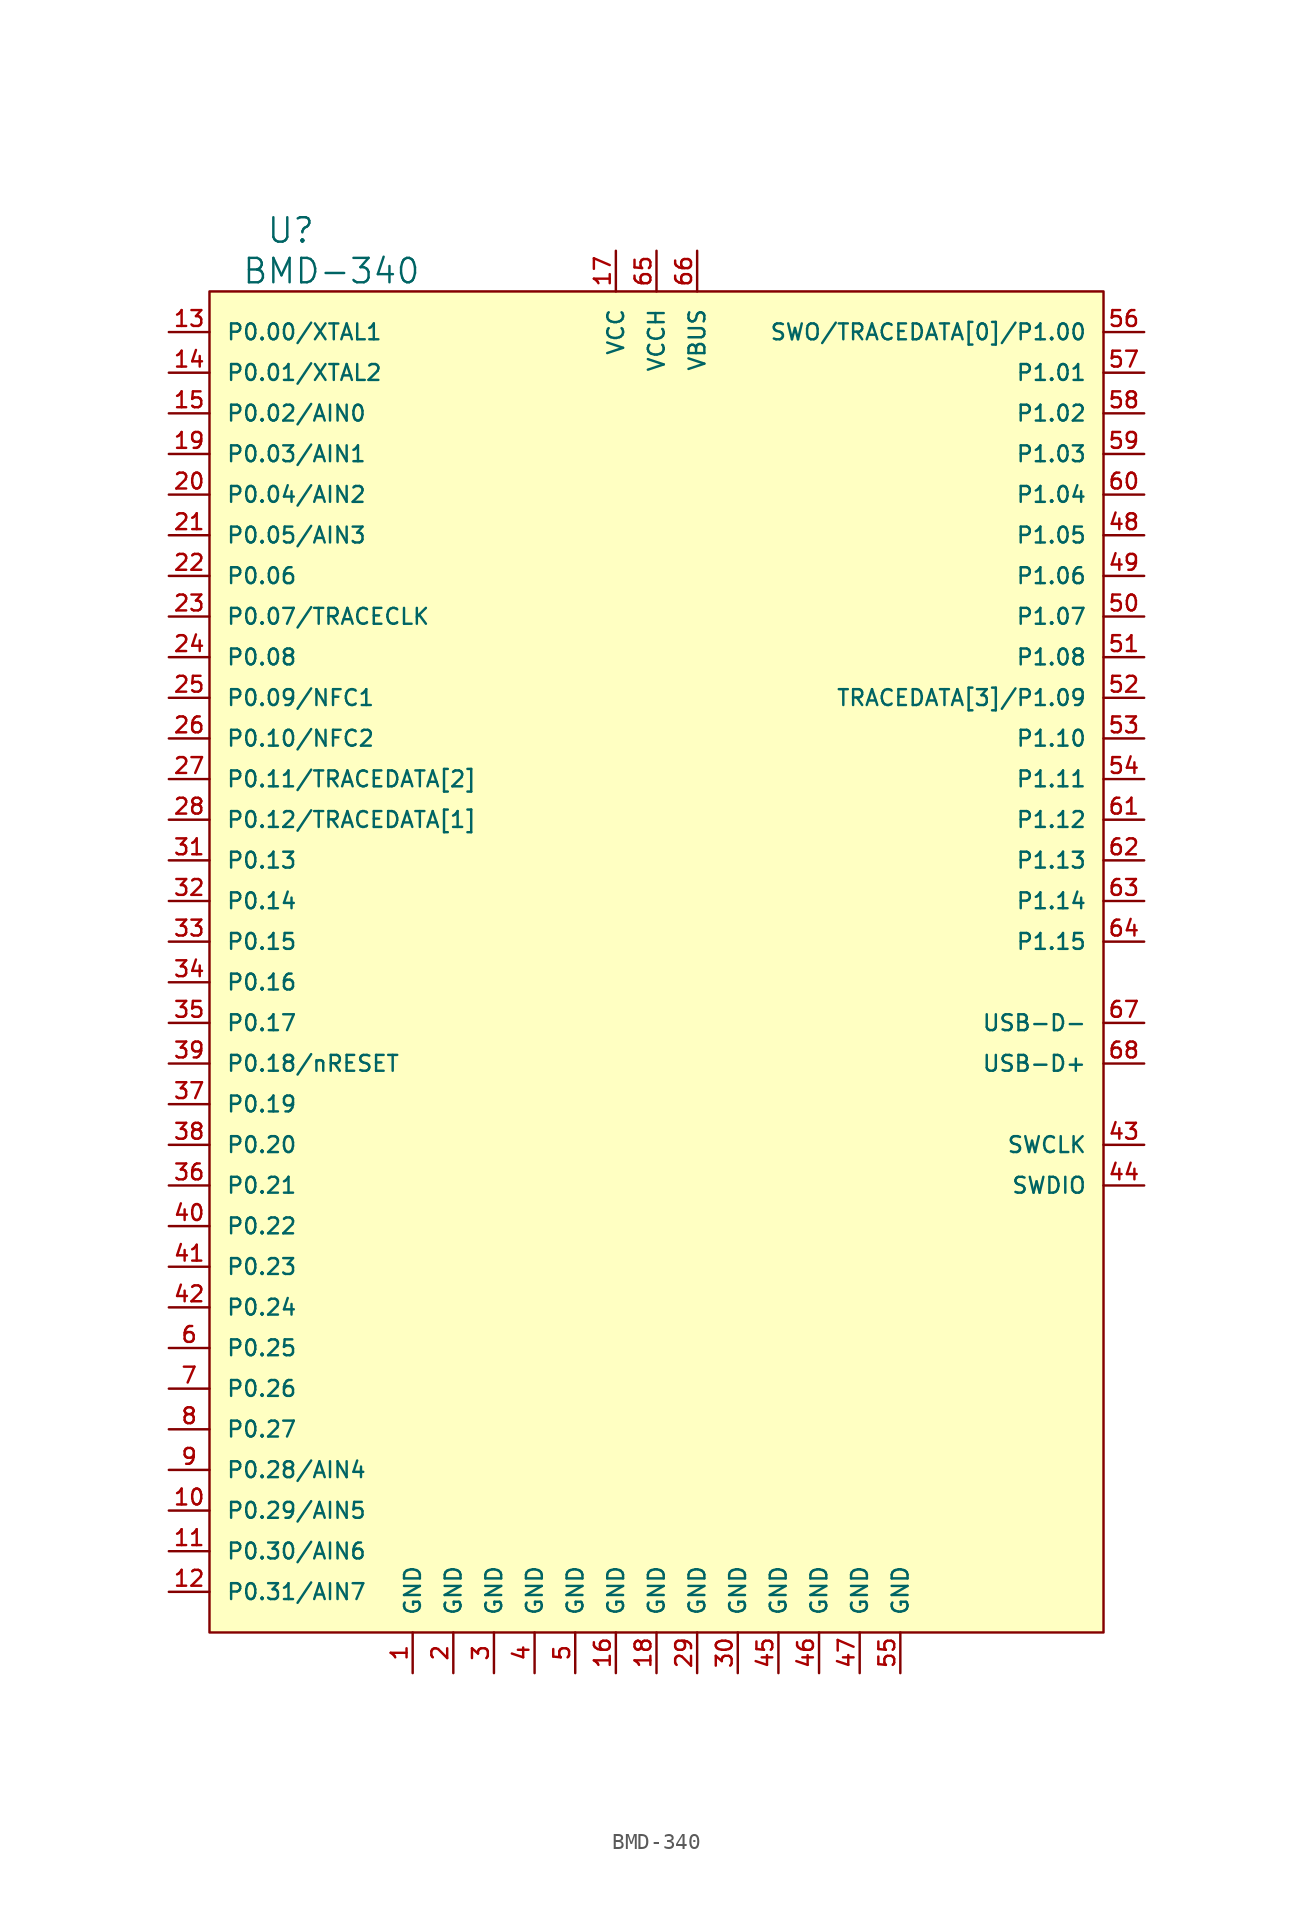
<source format=kicad_sym>
(kicad_symbol_lib
  (version 20211014)
  (generator kicad_symbol_editor)
  (symbol "BMD-340"
    (pin_names
      (offset 1.016))
    (property "Reference" "U"
      (at -22.86 46.99 0)
      (effects (font (size 1.524 1.524))))
    (property "Value" "BMD-340"
      (at -20.32 44.45 0)
      (effects (font (size 1.524 1.524))))
    (symbol "BMD-340_0_1"
      (rectangle (start -27.94 43.18) (end 27.94 -40.64) (stroke (width 0) (type default) (color 0 0 0 0)) (fill (type background))))
    (symbol "BMD-340_1_1"
      (pin power_in line (at -15.24 -43.18 90) (length 2.54) (name "GND" (effects (font (size 0.991 0.991)))) (number "1" (effects (font (size 0.991 0.991)))))
      (pin bidirectional line (at -30.48 -33.02 0) (length 2.54) (name "P0.29/AIN5" (effects (font (size 0.991 0.991)))) (number "10" (effects (font (size 0.991 0.991)))))
      (pin bidirectional line (at -30.48 -35.56 0) (length 2.54) (name "P0.30/AIN6" (effects (font (size 0.991 0.991)))) (number "11" (effects (font (size 0.991 0.991)))))
      (pin bidirectional line (at -30.48 -38.1 0) (length 2.54) (name "P0.31/AIN7" (effects (font (size 0.991 0.991)))) (number "12" (effects (font (size 0.991 0.991)))))
      (pin bidirectional line (at -30.48 40.64 0) (length 2.54) (name "P0.00/XTAL1" (effects (font (size 0.991 0.991)))) (number "13" (effects (font (size 0.991 0.991)))))
      (pin bidirectional line (at -30.48 38.1 0) (length 2.54) (name "P0.01/XTAL2" (effects (font (size 0.991 0.991)))) (number "14" (effects (font (size 0.991 0.991)))))
      (pin bidirectional line (at -30.48 35.56 0) (length 2.54) (name "P0.02/AIN0" (effects (font (size 0.991 0.991)))) (number "15" (effects (font (size 0.991 0.991)))))
      (pin power_in line (at -2.54 -43.18 90) (length 2.54) (name "GND" (effects (font (size 0.991 0.991)))) (number "16" (effects (font (size 0.991 0.991)))))
      (pin power_in line (at -2.54 45.72 270) (length 2.54) (name "VCC" (effects (font (size 0.991 0.991)))) (number "17" (effects (font (size 0.991 0.991)))))
      (pin power_in line (at 0 -43.18 90) (length 2.54) (name "GND" (effects (font (size 0.991 0.991)))) (number "18" (effects (font (size 0.991 0.991)))))
      (pin bidirectional line (at -30.48 33.02 0) (length 2.54) (name "P0.03/AIN1" (effects (font (size 0.991 0.991)))) (number "19" (effects (font (size 0.991 0.991)))))
      (pin power_in line (at -12.7 -43.18 90) (length 2.54) (name "GND" (effects (font (size 0.991 0.991)))) (number "2" (effects (font (size 0.991 0.991)))))
      (pin bidirectional line (at -30.48 30.48 0) (length 2.54) (name "P0.04/AIN2" (effects (font (size 0.991 0.991)))) (number "20" (effects (font (size 0.991 0.991)))))
      (pin bidirectional line (at -30.48 27.94 0) (length 2.54) (name "P0.05/AIN3" (effects (font (size 0.991 0.991)))) (number "21" (effects (font (size 0.991 0.991)))))
      (pin bidirectional line (at -30.48 25.4 0) (length 2.54) (name "P0.06" (effects (font (size 0.991 0.991)))) (number "22" (effects (font (size 0.991 0.991)))))
      (pin bidirectional line (at -30.48 22.86 0) (length 2.54) (name "P0.07/TRACECLK" (effects (font (size 0.991 0.991)))) (number "23" (effects (font (size 0.991 0.991)))))
      (pin bidirectional line (at -30.48 20.32 0) (length 2.54) (name "P0.08" (effects (font (size 0.991 0.991)))) (number "24" (effects (font (size 0.991 0.991)))))
      (pin bidirectional line (at -30.48 17.78 0) (length 2.54) (name "P0.09/NFC1" (effects (font (size 0.991 0.991)))) (number "25" (effects (font (size 0.991 0.991)))))
      (pin bidirectional line (at -30.48 15.24 0) (length 2.54) (name "P0.10/NFC2" (effects (font (size 0.991 0.991)))) (number "26" (effects (font (size 0.991 0.991)))))
      (pin bidirectional line (at -30.48 12.7 0) (length 2.54) (name "P0.11/TRACEDATA[2]" (effects (font (size 0.991 0.991)))) (number "27" (effects (font (size 0.991 0.991)))))
      (pin bidirectional line (at -30.48 10.16 0) (length 2.54) (name "P0.12/TRACEDATA[1]" (effects (font (size 0.991 0.991)))) (number "28" (effects (font (size 0.991 0.991)))))
      (pin power_in line (at 2.54 -43.18 90) (length 2.54) (name "GND" (effects (font (size 0.991 0.991)))) (number "29" (effects (font (size 0.991 0.991)))))
      (pin power_in line (at -10.16 -43.18 90) (length 2.54) (name "GND" (effects (font (size 0.991 0.991)))) (number "3" (effects (font (size 0.991 0.991)))))
      (pin power_in line (at 5.08 -43.18 90) (length 2.54) (name "GND" (effects (font (size 0.991 0.991)))) (number "30" (effects (font (size 0.991 0.991)))))
      (pin bidirectional line (at -30.48 7.62 0) (length 2.54) (name "P0.13" (effects (font (size 0.991 0.991)))) (number "31" (effects (font (size 0.991 0.991)))))
      (pin bidirectional line (at -30.48 5.08 0) (length 2.54) (name "P0.14" (effects (font (size 0.991 0.991)))) (number "32" (effects (font (size 0.991 0.991)))))
      (pin bidirectional line (at -30.48 2.54 0) (length 2.54) (name "P0.15" (effects (font (size 0.991 0.991)))) (number "33" (effects (font (size 0.991 0.991)))))
      (pin bidirectional line (at -30.48 0 0) (length 2.54) (name "P0.16" (effects (font (size 0.991 0.991)))) (number "34" (effects (font (size 0.991 0.991)))))
      (pin bidirectional line (at -30.48 -2.54 0) (length 2.54) (name "P0.17" (effects (font (size 0.991 0.991)))) (number "35" (effects (font (size 0.991 0.991)))))
      (pin bidirectional line (at -30.48 -12.7 0) (length 2.54) (name "P0.21" (effects (font (size 0.991 0.991)))) (number "36" (effects (font (size 0.991 0.991)))))
      (pin bidirectional line (at -30.48 -7.62 0) (length 2.54) (name "P0.19" (effects (font (size 0.991 0.991)))) (number "37" (effects (font (size 0.991 0.991)))))
      (pin bidirectional line (at -30.48 -10.16 0) (length 2.54) (name "P0.20" (effects (font (size 0.991 0.991)))) (number "38" (effects (font (size 0.991 0.991)))))
      (pin bidirectional line (at -30.48 -5.08 0) (length 2.54) (name "P0.18/nRESET" (effects (font (size 0.991 0.991)))) (number "39" (effects (font (size 0.991 0.991)))))
      (pin power_in line (at -7.62 -43.18 90) (length 2.54) (name "GND" (effects (font (size 0.991 0.991)))) (number "4" (effects (font (size 0.991 0.991)))))
      (pin bidirectional line (at -30.48 -15.24 0) (length 2.54) (name "P0.22" (effects (font (size 0.991 0.991)))) (number "40" (effects (font (size 0.991 0.991)))))
      (pin bidirectional line (at -30.48 -17.78 0) (length 2.54) (name "P0.23" (effects (font (size 0.991 0.991)))) (number "41" (effects (font (size 0.991 0.991)))))
      (pin bidirectional line (at -30.48 -20.32 0) (length 2.54) (name "P0.24" (effects (font (size 0.991 0.991)))) (number "42" (effects (font (size 0.991 0.991)))))
      (pin bidirectional line (at 30.48 -10.16 180) (length 2.54) (name "SWCLK" (effects (font (size 0.991 0.991)))) (number "43" (effects (font (size 0.991 0.991)))))
      (pin bidirectional line (at 30.48 -12.7 180) (length 2.54) (name "SWDIO" (effects (font (size 0.991 0.991)))) (number "44" (effects (font (size 0.991 0.991)))))
      (pin power_in line (at 7.62 -43.18 90) (length 2.54) (name "GND" (effects (font (size 0.991 0.991)))) (number "45" (effects (font (size 0.991 0.991)))))
      (pin power_in line (at 10.16 -43.18 90) (length 2.54) (name "GND" (effects (font (size 0.991 0.991)))) (number "46" (effects (font (size 0.991 0.991)))))
      (pin power_in line (at 12.7 -43.18 90) (length 2.54) (name "GND" (effects (font (size 0.991 0.991)))) (number "47" (effects (font (size 0.991 0.991)))))
      (pin bidirectional line (at 30.48 27.94 180) (length 2.54) (name "P1.05" (effects (font (size 0.991 0.991)))) (number "48" (effects (font (size 0.991 0.991)))))
      (pin bidirectional line (at 30.48 25.4 180) (length 2.54) (name "P1.06" (effects (font (size 0.991 0.991)))) (number "49" (effects (font (size 0.991 0.991)))))
      (pin power_in line (at -5.08 -43.18 90) (length 2.54) (name "GND" (effects (font (size 0.991 0.991)))) (number "5" (effects (font (size 0.991 0.991)))))
      (pin bidirectional line (at 30.48 22.86 180) (length 2.54) (name "P1.07" (effects (font (size 0.991 0.991)))) (number "50" (effects (font (size 0.991 0.991)))))
      (pin bidirectional line (at 30.48 20.32 180) (length 2.54) (name "P1.08" (effects (font (size 0.991 0.991)))) (number "51" (effects (font (size 0.991 0.991)))))
      (pin bidirectional line (at 30.48 17.78 180) (length 2.54) (name "TRACEDATA[3]/P1.09" (effects (font (size 0.991 0.991)))) (number "52" (effects (font (size 0.991 0.991)))))
      (pin bidirectional line (at 30.48 15.24 180) (length 2.54) (name "P1.10" (effects (font (size 0.991 0.991)))) (number "53" (effects (font (size 0.991 0.991)))))
      (pin bidirectional line (at 30.48 12.7 180) (length 2.54) (name "P1.11" (effects (font (size 0.991 0.991)))) (number "54" (effects (font (size 0.991 0.991)))))
      (pin power_in line (at 15.24 -43.18 90) (length 2.54) (name "GND" (effects (font (size 0.991 0.991)))) (number "55" (effects (font (size 0.991 0.991)))))
      (pin input line (at 30.48 40.64 180) (length 2.54) (name "SWO/TRACEDATA[0]/P1.00" (effects (font (size 0.991 0.991)))) (number "56" (effects (font (size 0.991 0.991)))))
      (pin input line (at 30.48 38.1 180) (length 2.54) (name "P1.01" (effects (font (size 0.991 0.991)))) (number "57" (effects (font (size 0.991 0.991)))))
      (pin input line (at 30.48 35.56 180) (length 2.54) (name "P1.02" (effects (font (size 0.991 0.991)))) (number "58" (effects (font (size 0.991 0.991)))))
      (pin input line (at 30.48 33.02 180) (length 2.54) (name "P1.03" (effects (font (size 0.991 0.991)))) (number "59" (effects (font (size 0.991 0.991)))))
      (pin bidirectional line (at -30.48 -22.86 0) (length 2.54) (name "P0.25" (effects (font (size 0.991 0.991)))) (number "6" (effects (font (size 0.991 0.991)))))
      (pin input line (at 30.48 30.48 180) (length 2.54) (name "P1.04" (effects (font (size 0.991 0.991)))) (number "60" (effects (font (size 0.991 0.991)))))
      (pin input line (at 30.48 10.16 180) (length 2.54) (name "P1.12" (effects (font (size 0.991 0.991)))) (number "61" (effects (font (size 0.991 0.991)))))
      (pin input line (at 30.48 7.62 180) (length 2.54) (name "P1.13" (effects (font (size 0.991 0.991)))) (number "62" (effects (font (size 0.991 0.991)))))
      (pin input line (at 30.48 5.08 180) (length 2.54) (name "P1.14" (effects (font (size 0.991 0.991)))) (number "63" (effects (font (size 0.991 0.991)))))
      (pin input line (at 30.48 2.54 180) (length 2.54) (name "P1.15" (effects (font (size 0.991 0.991)))) (number "64" (effects (font (size 0.991 0.991)))))
      (pin power_in line (at 0 45.72 270) (length 2.54) (name "VCCH" (effects (font (size 0.991 0.991)))) (number "65" (effects (font (size 0.991 0.991)))))
      (pin power_in line (at 2.54 45.72 270) (length 2.54) (name "VBUS" (effects (font (size 0.991 0.991)))) (number "66" (effects (font (size 0.991 0.991)))))
      (pin input line (at 30.48 -2.54 180) (length 2.54) (name "USB-D-" (effects (font (size 0.991 0.991)))) (number "67" (effects (font (size 0.991 0.991)))))
      (pin input line (at 30.48 -5.08 180) (length 2.54) (name "USB-D+" (effects (font (size 0.991 0.991)))) (number "68" (effects (font (size 0.991 0.991)))))
      (pin bidirectional line (at -30.48 -25.4 0) (length 2.54) (name "P0.26" (effects (font (size 0.991 0.991)))) (number "7" (effects (font (size 0.991 0.991)))))
      (pin bidirectional line (at -30.48 -27.94 0) (length 2.54) (name "P0.27" (effects (font (size 0.991 0.991)))) (number "8" (effects (font (size 0.991 0.991)))))
      (pin bidirectional line (at -30.48 -30.48 0) (length 2.54) (name "P0.28/AIN4" (effects (font (size 0.991 0.991)))) (number "9" (effects (font (size 0.991 0.991))))))))
</source>
